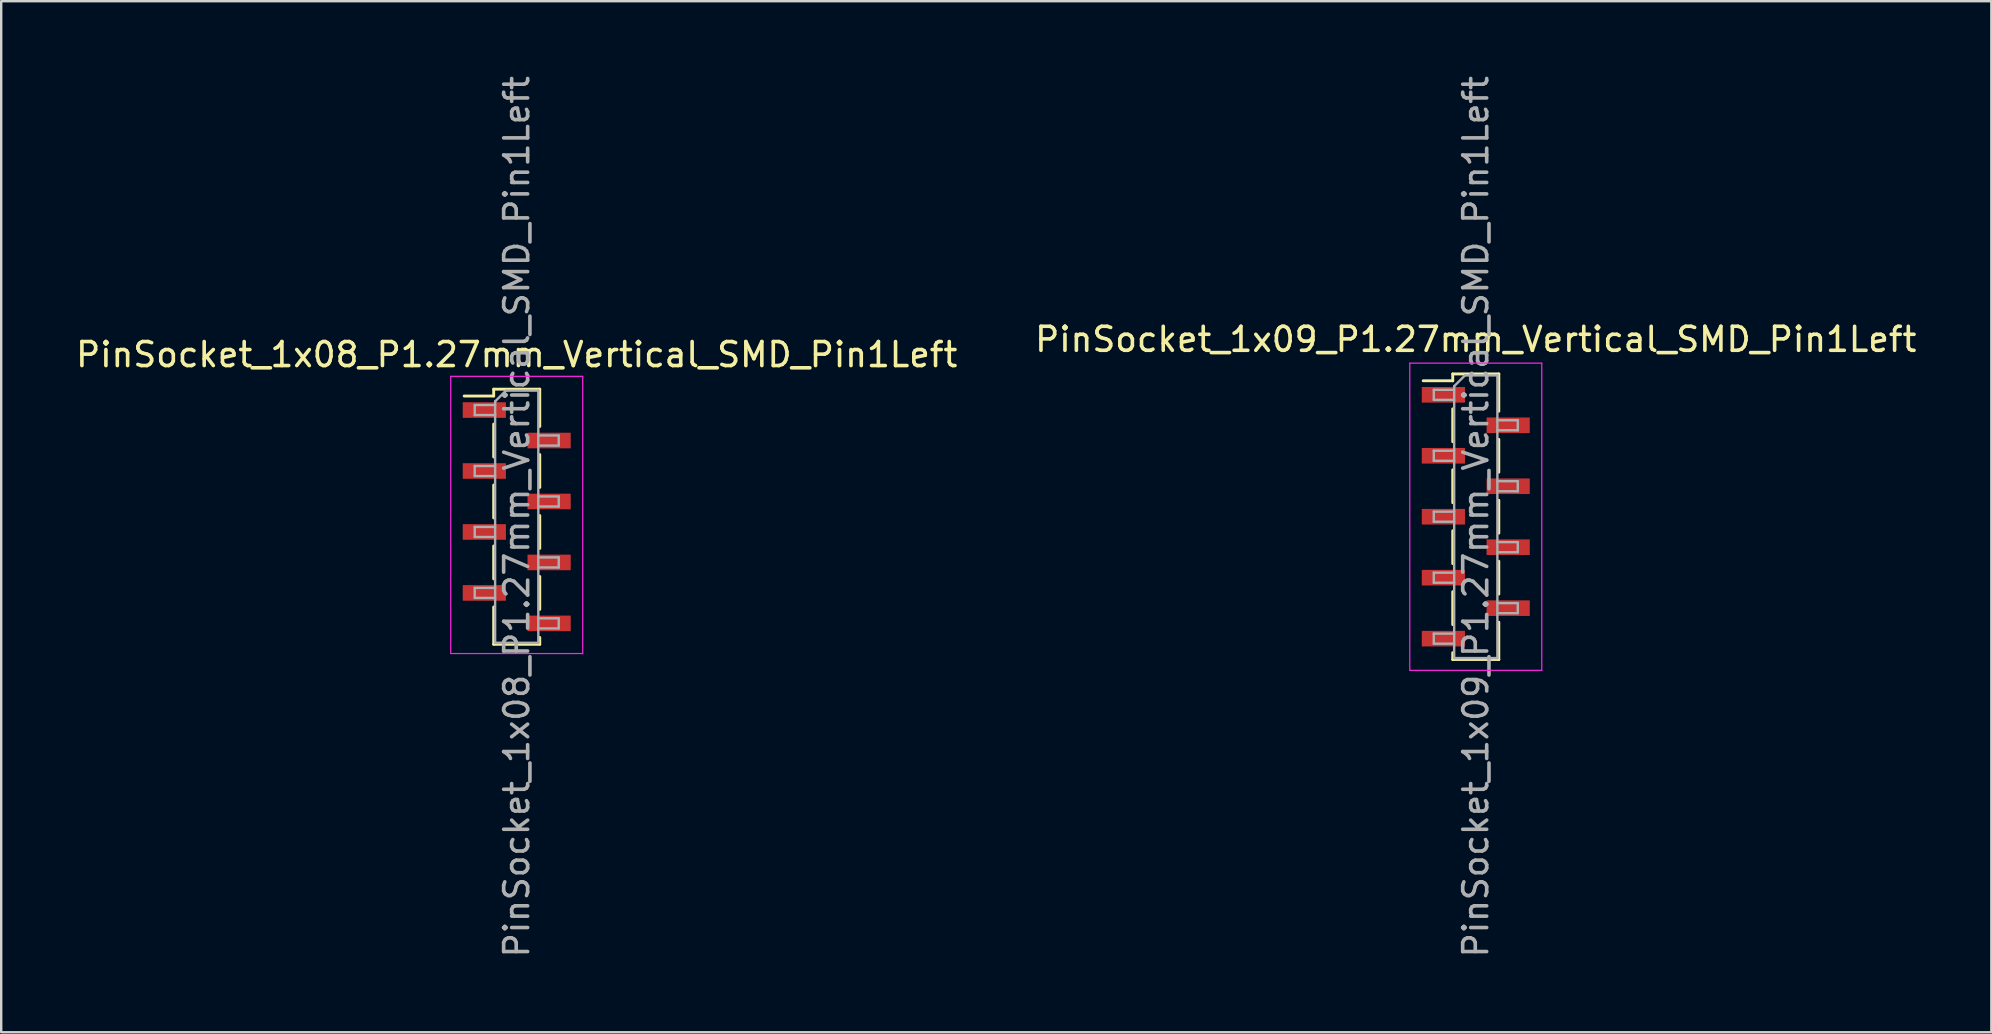
<source format=kicad_pcb>
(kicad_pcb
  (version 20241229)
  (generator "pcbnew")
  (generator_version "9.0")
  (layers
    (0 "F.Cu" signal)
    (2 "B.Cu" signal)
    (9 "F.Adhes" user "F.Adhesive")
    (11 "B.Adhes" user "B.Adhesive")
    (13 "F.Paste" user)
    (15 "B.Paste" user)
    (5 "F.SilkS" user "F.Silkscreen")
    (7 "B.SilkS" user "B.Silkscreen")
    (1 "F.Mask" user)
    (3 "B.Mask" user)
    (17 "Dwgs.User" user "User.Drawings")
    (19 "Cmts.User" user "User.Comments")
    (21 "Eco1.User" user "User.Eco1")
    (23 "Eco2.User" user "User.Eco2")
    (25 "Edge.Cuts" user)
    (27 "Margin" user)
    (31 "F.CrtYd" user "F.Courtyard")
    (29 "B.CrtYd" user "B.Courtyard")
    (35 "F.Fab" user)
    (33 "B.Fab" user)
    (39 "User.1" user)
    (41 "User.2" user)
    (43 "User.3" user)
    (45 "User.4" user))
  (footprint "PinSocket_1x09_P1.27mm_Vertical_SMD_Pin1Left"
    (layer "F.Cu")
    (at 58.446 18.482)
    (property "Reference" "PinSocket_1x09_P1.27mm_Vertical_SMD_Pin1Left" (at 0 -7.39 0) (layer "F.SilkS") (effects (font (size 1 1) (thickness 0.15))))
    (attr smd)
    (fp_line (start -2.19 -5.665) (end -0.96 -5.665) (stroke (width 0.12) (type solid)) (layer "F.SilkS"))
    (fp_line (start -0.96 -5.95) (end -0.96 -5.665) (stroke (width 0.12) (type solid)) (layer "F.SilkS"))
    (fp_line (start -0.96 -5.95) (end 0.96 -5.95) (stroke (width 0.12) (type solid)) (layer "F.SilkS"))
    (fp_line (start -0.96 -4.495) (end -0.96 -3.125) (stroke (width 0.12) (type solid)) (layer "F.SilkS"))
    (fp_line (start -0.96 -1.955) (end -0.96 -0.585) (stroke (width 0.12) (type solid)) (layer "F.SilkS"))
    (fp_line (start -0.96 0.585) (end -0.96 1.955) (stroke (width 0.12) (type solid)) (layer "F.SilkS"))
    (fp_line (start -0.96 3.125) (end -0.96 4.495) (stroke (width 0.12) (type solid)) (layer "F.SilkS"))
    (fp_line (start -0.96 5.665) (end -0.96 5.95) (stroke (width 0.12) (type solid)) (layer "F.SilkS"))
    (fp_line (start -0.96 5.95) (end 0.96 5.95) (stroke (width 0.12) (type solid)) (layer "F.SilkS"))
    (fp_line (start 0.96 -5.95) (end 0.96 -4.395) (stroke (width 0.12) (type solid)) (layer "F.SilkS"))
    (fp_line (start 0.96 -3.225) (end 0.96 -1.855) (stroke (width 0.12) (type solid)) (layer "F.SilkS"))
    (fp_line (start 0.96 -0.685) (end 0.96 0.685) (stroke (width 0.12) (type solid)) (layer "F.SilkS"))
    (fp_line (start 0.96 1.855) (end 0.96 3.225) (stroke (width 0.12) (type solid)) (layer "F.SilkS"))
    (fp_line (start 0.96 4.395) (end 0.96 5.95) (stroke (width 0.12) (type solid)) (layer "F.SilkS"))
    (fp_line (start -2.75 -6.4) (end 2.75 -6.4) (stroke (width 0.05) (type solid)) (layer "F.CrtYd"))
    (fp_line (start -2.75 6.4) (end -2.75 -6.4) (stroke (width 0.05) (type solid)) (layer "F.CrtYd"))
    (fp_line (start 2.75 -6.4) (end 2.75 6.4) (stroke (width 0.05) (type solid)) (layer "F.CrtYd"))
    (fp_line (start 2.75 6.4) (end -2.75 6.4) (stroke (width 0.05) (type solid)) (layer "F.CrtYd"))
    (fp_line (start -1.75 -5.29) (end -0.9 -5.29) (stroke (width 0.1) (type solid)) (layer "F.Fab"))
    (fp_line (start -1.75 -4.87) (end -1.75 -5.29) (stroke (width 0.1) (type solid)) (layer "F.Fab"))
    (fp_line (start -1.75 -2.75) (end -0.9 -2.75) (stroke (width 0.1) (type solid)) (layer "F.Fab"))
    (fp_line (start -1.75 -2.33) (end -1.75 -2.75) (stroke (width 0.1) (type solid)) (layer "F.Fab"))
    (fp_line (start -1.75 -0.21) (end -0.9 -0.21) (stroke (width 0.1) (type solid)) (layer "F.Fab"))
    (fp_line (start -1.75 0.21) (end -1.75 -0.21) (stroke (width 0.1) (type solid)) (layer "F.Fab"))
    (fp_line (start -1.75 2.33) (end -0.9 2.33) (stroke (width 0.1) (type solid)) (layer "F.Fab"))
    (fp_line (start -1.75 2.75) (end -1.75 2.33) (stroke (width 0.1) (type solid)) (layer "F.Fab"))
    (fp_line (start -1.75 4.87) (end -0.9 4.87) (stroke (width 0.1) (type solid)) (layer "F.Fab"))
    (fp_line (start -1.75 5.29) (end -1.75 4.87) (stroke (width 0.1) (type solid)) (layer "F.Fab"))
    (fp_line (start -0.9 -5.44) (end -0.45 -5.89) (stroke (width 0.1) (type solid)) (layer "F.Fab"))
    (fp_line (start -0.9 -4.87) (end -1.75 -4.87) (stroke (width 0.1) (type solid)) (layer "F.Fab"))
    (fp_line (start -0.9 -2.33) (end -1.75 -2.33) (stroke (width 0.1) (type solid)) (layer "F.Fab"))
    (fp_line (start -0.9 0.21) (end -1.75 0.21) (stroke (width 0.1) (type solid)) (layer "F.Fab"))
    (fp_line (start -0.9 2.75) (end -1.75 2.75) (stroke (width 0.1) (type solid)) (layer "F.Fab"))
    (fp_line (start -0.9 5.29) (end -1.75 5.29) (stroke (width 0.1) (type solid)) (layer "F.Fab"))
    (fp_line (start -0.9 5.89) (end -0.9 -5.44) (stroke (width 0.1) (type solid)) (layer "F.Fab"))
    (fp_line (start -0.45 -5.89) (end 0.9 -5.89) (stroke (width 0.1) (type solid)) (layer "F.Fab"))
    (fp_line (start 0.9 -5.89) (end 0.9 5.89) (stroke (width 0.1) (type solid)) (layer "F.Fab"))
    (fp_line (start 0.9 -4.02) (end 1.75 -4.02) (stroke (width 0.1) (type solid)) (layer "F.Fab"))
    (fp_line (start 0.9 -1.48) (end 1.75 -1.48) (stroke (width 0.1) (type solid)) (layer "F.Fab"))
    (fp_line (start 0.9 1.06) (end 1.75 1.06) (stroke (width 0.1) (type solid)) (layer "F.Fab"))
    (fp_line (start 0.9 3.6) (end 1.75 3.6) (stroke (width 0.1) (type solid)) (layer "F.Fab"))
    (fp_line (start 0.9 5.89) (end -0.9 5.89) (stroke (width 0.1) (type solid)) (layer "F.Fab"))
    (fp_line (start 1.75 -4.02) (end 1.75 -3.6) (stroke (width 0.1) (type solid)) (layer "F.Fab"))
    (fp_line (start 1.75 -3.6) (end 0.9 -3.6) (stroke (width 0.1) (type solid)) (layer "F.Fab"))
    (fp_line (start 1.75 -1.48) (end 1.75 -1.06) (stroke (width 0.1) (type solid)) (layer "F.Fab"))
    (fp_line (start 1.75 -1.06) (end 0.9 -1.06) (stroke (width 0.1) (type solid)) (layer "F.Fab"))
    (fp_line (start 1.75 1.06) (end 1.75 1.48) (stroke (width 0.1) (type solid)) (layer "F.Fab"))
    (fp_line (start 1.75 1.48) (end 0.9 1.48) (stroke (width 0.1) (type solid)) (layer "F.Fab"))
    (fp_line (start 1.75 3.6) (end 1.75 4.02) (stroke (width 0.1) (type solid)) (layer "F.Fab"))
    (fp_line (start 1.75 4.02) (end 0.9 4.02) (stroke (width 0.1) (type solid)) (layer "F.Fab"))
    (fp_text user "${REFERENCE}" (at 0 0 90) (layer "F.Fab") (effects (font (size 1 1) (thickness 0.15))))
    (pad "1" smd rect (at -1.35 -5.08) (size 1.8 0.65) (layers "F.Cu" "F.Mask" "F.Paste"))
    (pad "2" smd rect (at 1.35 -3.81) (size 1.8 0.65) (layers "F.Cu" "F.Mask" "F.Paste"))
    (pad "3" smd rect (at -1.35 -2.54) (size 1.8 0.65) (layers "F.Cu" "F.Mask" "F.Paste"))
    (pad "4" smd rect (at 1.35 -1.27) (size 1.8 0.65) (layers "F.Cu" "F.Mask" "F.Paste"))
    (pad "5" smd rect (at -1.35 0) (size 1.8 0.65) (layers "F.Cu" "F.Mask" "F.Paste"))
    (pad "6" smd rect (at 1.35 1.27) (size 1.8 0.65) (layers "F.Cu" "F.Mask" "F.Paste"))
    (pad "7" smd rect (at -1.35 2.54) (size 1.8 0.65) (layers "F.Cu" "F.Mask" "F.Paste"))
    (pad "8" smd rect (at 1.35 3.81) (size 1.8 0.65) (layers "F.Cu" "F.Mask" "F.Paste"))
    (pad "9" smd rect (at -1.35 5.08) (size 1.8 0.65) (layers "F.Cu" "F.Mask" "F.Paste")))
  (footprint "PinSocket_1x08_P1.27mm_Vertical_SMD_Pin1Left"
    (layer "F.Cu")
    (at 18.482 18.482)
    (property "Reference" "PinSocket_1x08_P1.27mm_Vertical_SMD_Pin1Left" (at 0 -6.755 0) (layer "F.SilkS") (effects (font (size 1 1) (thickness 0.15))))
    (attr smd)
    (fp_line (start -2.19 -5.03) (end -0.96 -5.03) (stroke (width 0.12) (type solid)) (layer "F.SilkS"))
    (fp_line (start -0.96 -5.315) (end -0.96 -5.03) (stroke (width 0.12) (type solid)) (layer "F.SilkS"))
    (fp_line (start -0.96 -5.315) (end 0.96 -5.315) (stroke (width 0.12) (type solid)) (layer "F.SilkS"))
    (fp_line (start -0.96 -3.86) (end -0.96 -2.49) (stroke (width 0.12) (type solid)) (layer "F.SilkS"))
    (fp_line (start -0.96 -1.32) (end -0.96 0.05) (stroke (width 0.12) (type solid)) (layer "F.SilkS"))
    (fp_line (start -0.96 1.22) (end -0.96 2.59) (stroke (width 0.12) (type solid)) (layer "F.SilkS"))
    (fp_line (start -0.96 3.76) (end -0.96 5.315) (stroke (width 0.12) (type solid)) (layer "F.SilkS"))
    (fp_line (start -0.96 5.315) (end 0.96 5.315) (stroke (width 0.12) (type solid)) (layer "F.SilkS"))
    (fp_line (start 0.96 -5.315) (end 0.96 -3.76) (stroke (width 0.12) (type solid)) (layer "F.SilkS"))
    (fp_line (start 0.96 -2.59) (end 0.96 -1.22) (stroke (width 0.12) (type solid)) (layer "F.SilkS"))
    (fp_line (start 0.96 -0.05) (end 0.96 1.32) (stroke (width 0.12) (type solid)) (layer "F.SilkS"))
    (fp_line (start 0.96 2.49) (end 0.96 3.86) (stroke (width 0.12) (type solid)) (layer "F.SilkS"))
    (fp_line (start 0.96 5.03) (end 0.96 5.315) (stroke (width 0.12) (type solid)) (layer "F.SilkS"))
    (fp_line (start -2.75 -5.85) (end 2.75 -5.85) (stroke (width 0.05) (type solid)) (layer "F.CrtYd"))
    (fp_line (start -2.75 5.7) (end -2.75 -5.85) (stroke (width 0.05) (type solid)) (layer "F.CrtYd"))
    (fp_line (start 2.75 -5.85) (end 2.75 5.7) (stroke (width 0.05) (type solid)) (layer "F.CrtYd"))
    (fp_line (start 2.75 5.7) (end -2.75 5.7) (stroke (width 0.05) (type solid)) (layer "F.CrtYd"))
    (fp_line (start -1.75 -4.655) (end -0.9 -4.655) (stroke (width 0.1) (type solid)) (layer "F.Fab"))
    (fp_line (start -1.75 -4.235) (end -1.75 -4.655) (stroke (width 0.1) (type solid)) (layer "F.Fab"))
    (fp_line (start -1.75 -2.115) (end -0.9 -2.115) (stroke (width 0.1) (type solid)) (layer "F.Fab"))
    (fp_line (start -1.75 -1.695) (end -1.75 -2.115) (stroke (width 0.1) (type solid)) (layer "F.Fab"))
    (fp_line (start -1.75 0.425) (end -0.9 0.425) (stroke (width 0.1) (type solid)) (layer "F.Fab"))
    (fp_line (start -1.75 0.845) (end -1.75 0.425) (stroke (width 0.1) (type solid)) (layer "F.Fab"))
    (fp_line (start -1.75 2.965) (end -0.9 2.965) (stroke (width 0.1) (type solid)) (layer "F.Fab"))
    (fp_line (start -1.75 3.385) (end -1.75 2.965) (stroke (width 0.1) (type solid)) (layer "F.Fab"))
    (fp_line (start -0.9 -4.805) (end -0.45 -5.255) (stroke (width 0.1) (type solid)) (layer "F.Fab"))
    (fp_line (start -0.9 -4.235) (end -1.75 -4.235) (stroke (width 0.1) (type solid)) (layer "F.Fab"))
    (fp_line (start -0.9 -1.695) (end -1.75 -1.695) (stroke (width 0.1) (type solid)) (layer "F.Fab"))
    (fp_line (start -0.9 0.845) (end -1.75 0.845) (stroke (width 0.1) (type solid)) (layer "F.Fab"))
    (fp_line (start -0.9 3.385) (end -1.75 3.385) (stroke (width 0.1) (type solid)) (layer "F.Fab"))
    (fp_line (start -0.9 5.255) (end -0.9 -4.805) (stroke (width 0.1) (type solid)) (layer "F.Fab"))
    (fp_line (start -0.45 -5.255) (end 0.9 -5.255) (stroke (width 0.1) (type solid)) (layer "F.Fab"))
    (fp_line (start 0.9 -5.255) (end 0.9 5.255) (stroke (width 0.1) (type solid)) (layer "F.Fab"))
    (fp_line (start 0.9 -3.385) (end 1.75 -3.385) (stroke (width 0.1) (type solid)) (layer "F.Fab"))
    (fp_line (start 0.9 -0.845) (end 1.75 -0.845) (stroke (width 0.1) (type solid)) (layer "F.Fab"))
    (fp_line (start 0.9 1.695) (end 1.75 1.695) (stroke (width 0.1) (type solid)) (layer "F.Fab"))
    (fp_line (start 0.9 4.235) (end 1.75 4.235) (stroke (width 0.1) (type solid)) (layer "F.Fab"))
    (fp_line (start 0.9 5.255) (end -0.9 5.255) (stroke (width 0.1) (type solid)) (layer "F.Fab"))
    (fp_line (start 1.75 -3.385) (end 1.75 -2.965) (stroke (width 0.1) (type solid)) (layer "F.Fab"))
    (fp_line (start 1.75 -2.965) (end 0.9 -2.965) (stroke (width 0.1) (type solid)) (layer "F.Fab"))
    (fp_line (start 1.75 -0.845) (end 1.75 -0.425) (stroke (width 0.1) (type solid)) (layer "F.Fab"))
    (fp_line (start 1.75 -0.425) (end 0.9 -0.425) (stroke (width 0.1) (type solid)) (layer "F.Fab"))
    (fp_line (start 1.75 1.695) (end 1.75 2.115) (stroke (width 0.1) (type solid)) (layer "F.Fab"))
    (fp_line (start 1.75 2.115) (end 0.9 2.115) (stroke (width 0.1) (type solid)) (layer "F.Fab"))
    (fp_line (start 1.75 4.235) (end 1.75 4.655) (stroke (width 0.1) (type solid)) (layer "F.Fab"))
    (fp_line (start 1.75 4.655) (end 0.9 4.655) (stroke (width 0.1) (type solid)) (layer "F.Fab"))
    (fp_text user "${REFERENCE}" (at 0 0 90) (layer "F.Fab") (effects (font (size 1 1) (thickness 0.15))))
    (pad "1" smd rect (at -1.35 -4.445) (size 1.8 0.65) (layers "F.Cu" "F.Mask" "F.Paste"))
    (pad "2" smd rect (at 1.35 -3.175) (size 1.8 0.65) (layers "F.Cu" "F.Mask" "F.Paste"))
    (pad "3" smd rect (at -1.35 -1.905) (size 1.8 0.65) (layers "F.Cu" "F.Mask" "F.Paste"))
    (pad "4" smd rect (at 1.35 -0.635) (size 1.8 0.65) (layers "F.Cu" "F.Mask" "F.Paste"))
    (pad "5" smd rect (at -1.35 0.635) (size 1.8 0.65) (layers "F.Cu" "F.Mask" "F.Paste"))
    (pad "6" smd rect (at 1.35 1.905) (size 1.8 0.65) (layers "F.Cu" "F.Mask" "F.Paste"))
    (pad "7" smd rect (at -1.35 3.175) (size 1.8 0.65) (layers "F.Cu" "F.Mask" "F.Paste"))
    (pad "8" smd rect (at 1.35 4.445) (size 1.8 0.65) (layers "F.Cu" "F.Mask" "F.Paste")))
  (gr_rect
    (start -3 -3)
    (end 79.929 39.964)
    (stroke (width 0.1) (type default))
    (fill no)
    (layer "Edge.Cuts")))
</source>
